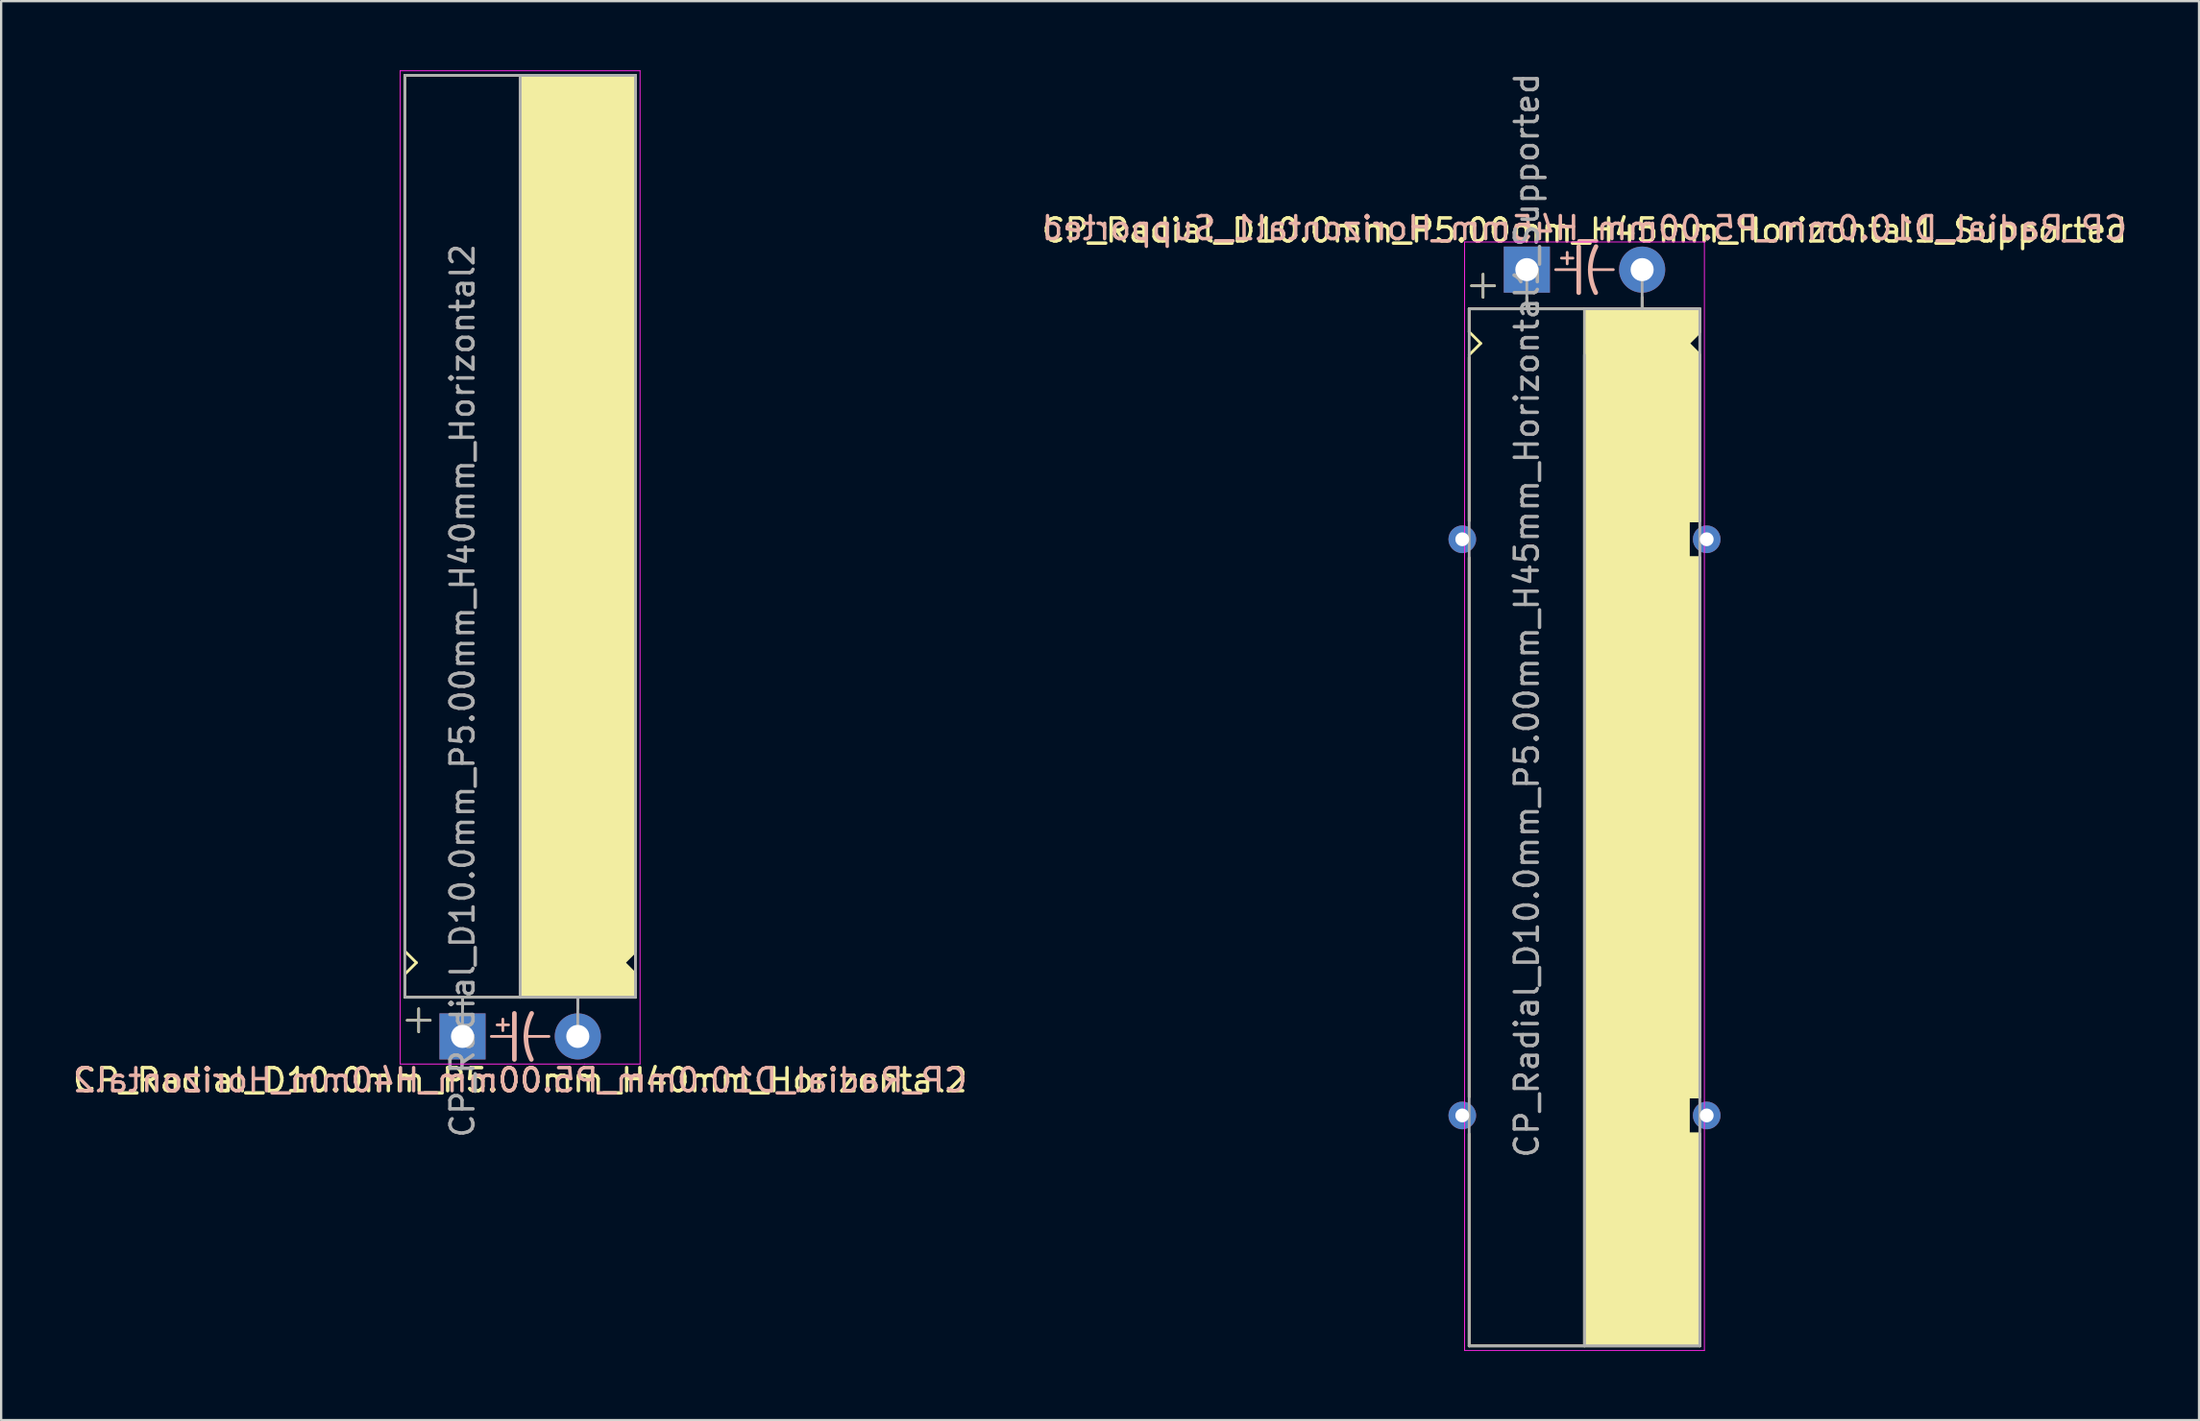
<source format=kicad_pcb>
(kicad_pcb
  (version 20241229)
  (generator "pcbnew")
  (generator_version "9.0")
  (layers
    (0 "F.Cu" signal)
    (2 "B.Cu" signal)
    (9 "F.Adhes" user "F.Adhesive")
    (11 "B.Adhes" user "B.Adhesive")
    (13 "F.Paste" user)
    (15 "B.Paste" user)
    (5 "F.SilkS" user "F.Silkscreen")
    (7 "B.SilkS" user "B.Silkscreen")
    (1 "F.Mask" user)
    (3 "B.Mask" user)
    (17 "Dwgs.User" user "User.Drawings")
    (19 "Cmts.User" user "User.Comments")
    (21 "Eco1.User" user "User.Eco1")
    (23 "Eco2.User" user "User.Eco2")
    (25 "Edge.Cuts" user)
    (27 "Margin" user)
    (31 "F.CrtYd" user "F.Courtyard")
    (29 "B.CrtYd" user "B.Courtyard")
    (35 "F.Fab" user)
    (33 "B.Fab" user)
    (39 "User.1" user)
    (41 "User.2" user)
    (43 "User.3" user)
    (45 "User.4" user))
  (footprint "CP_Radial_D10.0mm_P5.00mm_H40mm_Horizontal2"
    (layer "F.Cu")
    (at 17.006 41.92)
    (property "Reference" "CP_Radial_D10.0mm_P5.00mm_H40mm_Horizontal2" (at 2.5 1.9 0) (layer "F.SilkS") (effects (font (size 1 1) (thickness 0.15))))
    (fp_line (start -2.5 -41.7) (end 7.5 -41.7) (stroke (width 0.12) (type solid)) (layer "F.SilkS"))
    (fp_line (start -2.5 -11.7) (end -2.5 -41.7) (stroke (width 0.12) (type solid)) (layer "F.SilkS"))
    (fp_line (start -2.5 -3.7) (end -2.5 -11.7) (stroke (width 0.12) (type solid)) (layer "F.SilkS"))
    (fp_line (start -2.5 -2.7) (end -2 -3.2) (stroke (width 0.12) (type solid)) (layer "F.SilkS"))
    (fp_line (start -2.5 -1.7) (end -2.5 -2.7) (stroke (width 0.12) (type solid)) (layer "F.SilkS"))
    (fp_line (start -2 -3.2) (end -2.5 -3.7) (stroke (width 0.12) (type solid)) (layer "F.SilkS"))
    (fp_line (start -1.9 -1.2) (end -1.9 -0.2) (stroke (width 0.12) (type solid)) (layer "F.SilkS"))
    (fp_line (start -1.4 -0.7) (end -2.4 -0.7) (stroke (width 0.12) (type solid)) (layer "F.SilkS"))
    (fp_line (start 0 -1.7) (end 0 -1.2) (stroke (width 0.12) (type solid)) (layer "F.SilkS"))
    (fp_line (start 2.5 -41.7) (end 2.5 -1.7) (stroke (width 0.12) (type solid)) (layer "F.SilkS"))
    (fp_line (start 2.5 -1.7) (end -2.5 -1.7) (stroke (width 0.12) (type solid)) (layer "F.SilkS"))
    (fp_line (start 5 -1.7) (end 5 -1.2) (stroke (width 0.12) (type solid)) (layer "F.SilkS"))
    (fp_line (start 7 -3.2) (end 7.5 -3.7) (stroke (width 0.12) (type solid)) (layer "F.SilkS"))
    (fp_line (start 7.5 -11.7) (end 7.5 -41.7) (stroke (width 0.12) (type solid)) (layer "F.SilkS"))
    (fp_line (start 7.5 -3.7) (end 7.5 -11.7) (stroke (width 0.12) (type solid)) (layer "F.SilkS"))
    (fp_line (start 7.5 -2.7) (end 7 -3.2) (stroke (width 0.12) (type solid)) (layer "F.SilkS"))
    (fp_line (start 7.5 -1.7) (end 2.5 -1.7) (stroke (width 0.12) (type solid)) (layer "F.SilkS"))
    (fp_line (start 7.5 -1.7) (end 7.5 -2.7) (stroke (width 0.12) (type solid)) (layer "F.SilkS"))
    (fp_poly (pts (xy 7.5 -2.7) (xy 7 -3.2) (xy 7.5 -3.7) (xy 7.5 -41.7) (xy 2.5 -41.7) (xy 2.5 -1.7) (xy 7.5 -1.7)) (stroke (width 0.1) (type solid)) (fill yes) (layer "F.SilkS"))
    (fp_line (start 1.25 0) (end 2.25 0) (stroke (width 0.12) (type solid)) (layer "B.SilkS"))
    (fp_line (start 1.5 -0.5) (end 2 -0.5) (stroke (width 0.12) (type solid)) (layer "B.SilkS"))
    (fp_line (start 1.75 -0.75) (end 1.75 -0.25) (stroke (width 0.12) (type solid)) (layer "B.SilkS"))
    (fp_line (start 2.25 1) (end 2.25 -1) (stroke (width 0.2) (type solid)) (layer "B.SilkS"))
    (fp_line (start 3.75 0) (end 2.75 0) (stroke (width 0.12) (type solid)) (layer "B.SilkS"))
    (fp_arc (start 2.75 0) (mid 2.816707 -0.514573) (end 3 -1) (stroke (width 0.2) (type solid)) (layer "B.SilkS"))
    (fp_arc (start 2.987539 1) (mid 2.810248 0.513901) (end 2.75 0) (stroke (width 0.2) (type solid)) (layer "B.SilkS"))
    (fp_line (start -2.7 -41.9) (end -2.7 1.2) (stroke (width 0.04) (type solid)) (layer "F.CrtYd"))
    (fp_line (start -2.7 1.2) (end 5.3 1.2) (stroke (width 0.04) (type solid)) (layer "F.CrtYd"))
    (fp_line (start 5.3 1.2) (end 7.7 1.2) (stroke (width 0.04) (type solid)) (layer "F.CrtYd"))
    (fp_line (start 7.7 -41.9) (end -2.7 -41.9) (stroke (width 0.04) (type solid)) (layer "F.CrtYd"))
    (fp_line (start 7.7 1.2) (end 7.7 -41.9) (stroke (width 0.04) (type solid)) (layer "F.CrtYd"))
    (fp_line (start -2.5 -41.7) (end 7.5 -41.7) (stroke (width 0.12) (type solid)) (layer "F.Fab"))
    (fp_line (start -2.5 -1.7) (end -2.5 -41.7) (stroke (width 0.12) (type solid)) (layer "F.Fab"))
    (fp_line (start -2.4 -0.7) (end -1.4 -0.7) (stroke (width 0.1) (type solid)) (layer "F.Fab"))
    (fp_line (start -1.9 -0.2) (end -1.9 -1.2) (stroke (width 0.1) (type solid)) (layer "F.Fab"))
    (fp_line (start 0 -1.7) (end 0 0) (stroke (width 0.12) (type solid)) (layer "F.Fab"))
    (fp_line (start 2.5 -1.7) (end 2.5 -41.7) (stroke (width 0.12) (type solid)) (layer "F.Fab"))
    (fp_line (start 5 -1.7) (end 5 0) (stroke (width 0.12) (type solid)) (layer "F.Fab"))
    (fp_line (start 7.5 -41.7) (end 7.5 -1.7) (stroke (width 0.12) (type solid)) (layer "F.Fab"))
    (fp_line (start 7.5 -1.7) (end -2.5 -1.7) (stroke (width 0.12) (type solid)) (layer "F.Fab"))
    (fp_poly (pts (xy 7.5 -41.7) (xy 2.5 -41.7) (xy 2.5 -1.7) (xy 7.5 -1.7)) (stroke (width 0.1) (type solid)) (fill no) (layer "F.Fab"))
    (fp_text user "${REFERENCE}" (at 2.5 1.9 0) (layer "B.SilkS") (effects (font (size 1 1) (thickness 0.15)) (justify mirror)))
    (fp_text user "${REFERENCE}" (at 0 -15 90) (layer "F.Fab") (effects (font (size 1 1) (thickness 0.15))))
    (pad "1" thru_hole rect (at 0 0) (size 2 2) (drill 1) (layers "*.Cu" "*.Mask"))
    (pad "2" thru_hole circle (at 5 0) (size 2 2) (drill 1) (layers "*.Cu" "*.Mask")))
  (footprint "CP_Radial_D10.0mm_P5.00mm_H45mm_Horizontal1_Supported"
    (layer "F.Cu")
    (at 63.161 8.649)
    (property "Reference" "CP_Radial_D10.0mm_P5.00mm_H45mm_Horizontal1_Supported" (at 2.5 -1.7 0) (layer "F.SilkS") (effects (font (size 1 1) (thickness 0.15))))
    (fp_line (start -2.5 1.7) (end -2.5 2.7) (stroke (width 0.12) (type solid)) (layer "F.SilkS"))
    (fp_line (start -2.5 2.7) (end -2 3.2) (stroke (width 0.12) (type solid)) (layer "F.SilkS"))
    (fp_line (start -2.5 3.8) (end -2.5 10.9) (stroke (width 0.12) (type solid)) (layer "F.SilkS"))
    (fp_line (start -2.5 12.5) (end -2.5 35.9) (stroke (width 0.12) (type solid)) (layer "F.SilkS"))
    (fp_line (start -2.5 37.5) (end -2.5 46.7) (stroke (width 0.12) (type solid)) (layer "F.SilkS"))
    (fp_line (start -2.5 46.7) (end 7.5 46.7) (stroke (width 0.12) (type solid)) (layer "F.SilkS"))
    (fp_line (start -2 3.2) (end -2.5 3.7) (stroke (width 0.12) (type solid)) (layer "F.SilkS"))
    (fp_line (start -1.9 0.2) (end -1.9 1.2) (stroke (width 0.12) (type solid)) (layer "F.SilkS"))
    (fp_line (start -1.4 0.7) (end -2.4 0.7) (stroke (width 0.12) (type solid)) (layer "F.SilkS"))
    (fp_line (start 0 1.7) (end 0 1.2) (stroke (width 0.12) (type solid)) (layer "F.SilkS"))
    (fp_line (start 2.5 1.7) (end -2.5 1.7) (stroke (width 0.12) (type solid)) (layer "F.SilkS"))
    (fp_line (start 2.5 46.7) (end 2.5 1.7) (stroke (width 0.12) (type solid)) (layer "F.SilkS"))
    (fp_line (start 5 1.7) (end 5 1.2) (stroke (width 0.12) (type solid)) (layer "F.SilkS"))
    (fp_line (start 7 3.2) (end 7.5 3.7) (stroke (width 0.12) (type solid)) (layer "F.SilkS"))
    (fp_line (start 7 10.9) (end 7 12.5) (stroke (width 0.12) (type solid)) (layer "F.SilkS"))
    (fp_line (start 7 12.5) (end 7.5 12.5) (stroke (width 0.12) (type solid)) (layer "F.SilkS"))
    (fp_line (start 7 35.9) (end 7 37.5) (stroke (width 0.12) (type solid)) (layer "F.SilkS"))
    (fp_line (start 7 37.5) (end 7.5 37.5) (stroke (width 0.12) (type solid)) (layer "F.SilkS"))
    (fp_line (start 7.5 1.7) (end 2.5 1.7) (stroke (width 0.12) (type solid)) (layer "F.SilkS"))
    (fp_line (start 7.5 1.7) (end 7.5 2.7) (stroke (width 0.12) (type solid)) (layer "F.SilkS"))
    (fp_line (start 7.5 2.7) (end 7 3.2) (stroke (width 0.12) (type solid)) (layer "F.SilkS"))
    (fp_line (start 7.5 3.7) (end 7.5 10.9) (stroke (width 0.12) (type solid)) (layer "F.SilkS"))
    (fp_line (start 7.5 10.9) (end 7 10.9) (stroke (width 0.12) (type solid)) (layer "F.SilkS"))
    (fp_line (start 7.5 12.5) (end 7.5 35.9) (stroke (width 0.12) (type solid)) (layer "F.SilkS"))
    (fp_line (start 7.5 35.9) (end 7 35.9) (stroke (width 0.12) (type solid)) (layer "F.SilkS"))
    (fp_line (start 7.5 37.5) (end 7.5 46.7) (stroke (width 0.12) (type solid)) (layer "F.SilkS"))
    (fp_poly (pts (xy 7.5 2.7) (xy 7 3.2) (xy 7.5 3.7) (xy 7.5 10.9) (xy 7 10.9) (xy 7 12.5) (xy 7.5 12.5) (xy 7.5 35.9) (xy 7 35.9) (xy 7 37.5) (xy 7.5 37.5) (xy 7.5 46.7) (xy 2.5 46.7) (xy 2.5 1.7) (xy 7.5 1.7)) (stroke (width 0.1) (type solid)) (fill yes) (layer "F.SilkS"))
    (fp_line (start 1.25 0) (end 2.25 0) (stroke (width 0.12) (type solid)) (layer "B.SilkS"))
    (fp_line (start 1.5 -0.5) (end 2 -0.5) (stroke (width 0.12) (type solid)) (layer "B.SilkS"))
    (fp_line (start 1.75 -0.75) (end 1.75 -0.25) (stroke (width 0.12) (type solid)) (layer "B.SilkS"))
    (fp_line (start 2.25 1) (end 2.25 -1) (stroke (width 0.2) (type solid)) (layer "B.SilkS"))
    (fp_line (start 3.75 0) (end 2.75 0) (stroke (width 0.12) (type solid)) (layer "B.SilkS"))
    (fp_arc (start 2.75 0) (mid 2.816707 -0.514573) (end 3 -1) (stroke (width 0.2) (type solid)) (layer "B.SilkS"))
    (fp_arc (start 2.987539 1) (mid 2.810248 0.513901) (end 2.75 0) (stroke (width 0.2) (type solid)) (layer "B.SilkS"))
    (fp_line (start -2.7 -1.2) (end 5.3 -1.2) (stroke (width 0.04) (type solid)) (layer "F.CrtYd"))
    (fp_line (start -2.7 46.9) (end -2.7 -1.2) (stroke (width 0.04) (type solid)) (layer "F.CrtYd"))
    (fp_line (start 5.3 -1.2) (end 7.7 -1.2) (stroke (width 0.04) (type solid)) (layer "F.CrtYd"))
    (fp_line (start 7.7 -1.2) (end 7.7 46.9) (stroke (width 0.04) (type solid)) (layer "F.CrtYd"))
    (fp_line (start 7.7 46.9) (end -2.7 46.9) (stroke (width 0.04) (type solid)) (layer "F.CrtYd"))
    (fp_line (start -2.5 1.7) (end -2.5 46.7) (stroke (width 0.12) (type solid)) (layer "F.Fab"))
    (fp_line (start -2.5 46.7) (end 7.5 46.7) (stroke (width 0.12) (type solid)) (layer "F.Fab"))
    (fp_line (start -2.4 0.7) (end -1.4 0.7) (stroke (width 0.1) (type solid)) (layer "F.Fab"))
    (fp_line (start -1.9 1.2) (end -1.9 0.2) (stroke (width 0.1) (type solid)) (layer "F.Fab"))
    (fp_line (start 0 1.7) (end 0 0) (stroke (width 0.12) (type solid)) (layer "F.Fab"))
    (fp_line (start 2.5 3.7) (end 2.5 46.7) (stroke (width 0.12) (type solid)) (layer "F.Fab"))
    (fp_line (start 5 1.7) (end 5 0) (stroke (width 0.12) (type solid)) (layer "F.Fab"))
    (fp_line (start 7.5 1.7) (end -2.5 1.7) (stroke (width 0.12) (type solid)) (layer "F.Fab"))
    (fp_line (start 7.5 46.7) (end 7.5 1.7) (stroke (width 0.12) (type solid)) (layer "F.Fab"))
    (fp_poly (pts (xy 7.5 46.7) (xy 2.5 46.7) (xy 2.5 1.7) (xy 7.5 1.7)) (stroke (width 0.1) (type solid)) (fill no) (layer "F.Fab"))
    (fp_text user "${REFERENCE}" (at 2.5 -1.8 0) (layer "B.SilkS") (effects (font (size 1 1) (thickness 0.15)) (justify mirror)))
    (fp_text user "${REFERENCE}" (at 0 15 90) (layer "F.Fab") (effects (font (size 1 1) (thickness 0.15))))
    (pad "1" thru_hole rect (at 0 0) (size 2 2) (drill 1) (layers "*.Cu" "*.Mask"))
    (pad "2" thru_hole circle (at 5 0) (size 2 2) (drill 1) (layers "*.Cu" "*.Mask"))
    (pad "~" thru_hole circle (at -2.8 11.7 180) (size 1.2 1.2) (drill 0.6) (layers "*.Cu" "*.Mask"))
    (pad "~" thru_hole circle (at -2.8 36.7) (size 1.2 1.2) (drill 0.6) (layers "*.Cu" "*.Mask"))
    (pad "~" thru_hole circle (at 7.8 11.7) (size 1.2 1.2) (drill 0.6) (layers "*.Cu" "*.Mask"))
    (pad "~" thru_hole circle (at 7.8 36.7) (size 1.2 1.2) (drill 0.6) (layers "*.Cu" "*.Mask")))
  (gr_rect
    (start -3 -3)
    (end 92.31 58.569)
    (stroke (width 0.1) (type default))
    (fill no)
    (layer "Edge.Cuts")))
</source>
